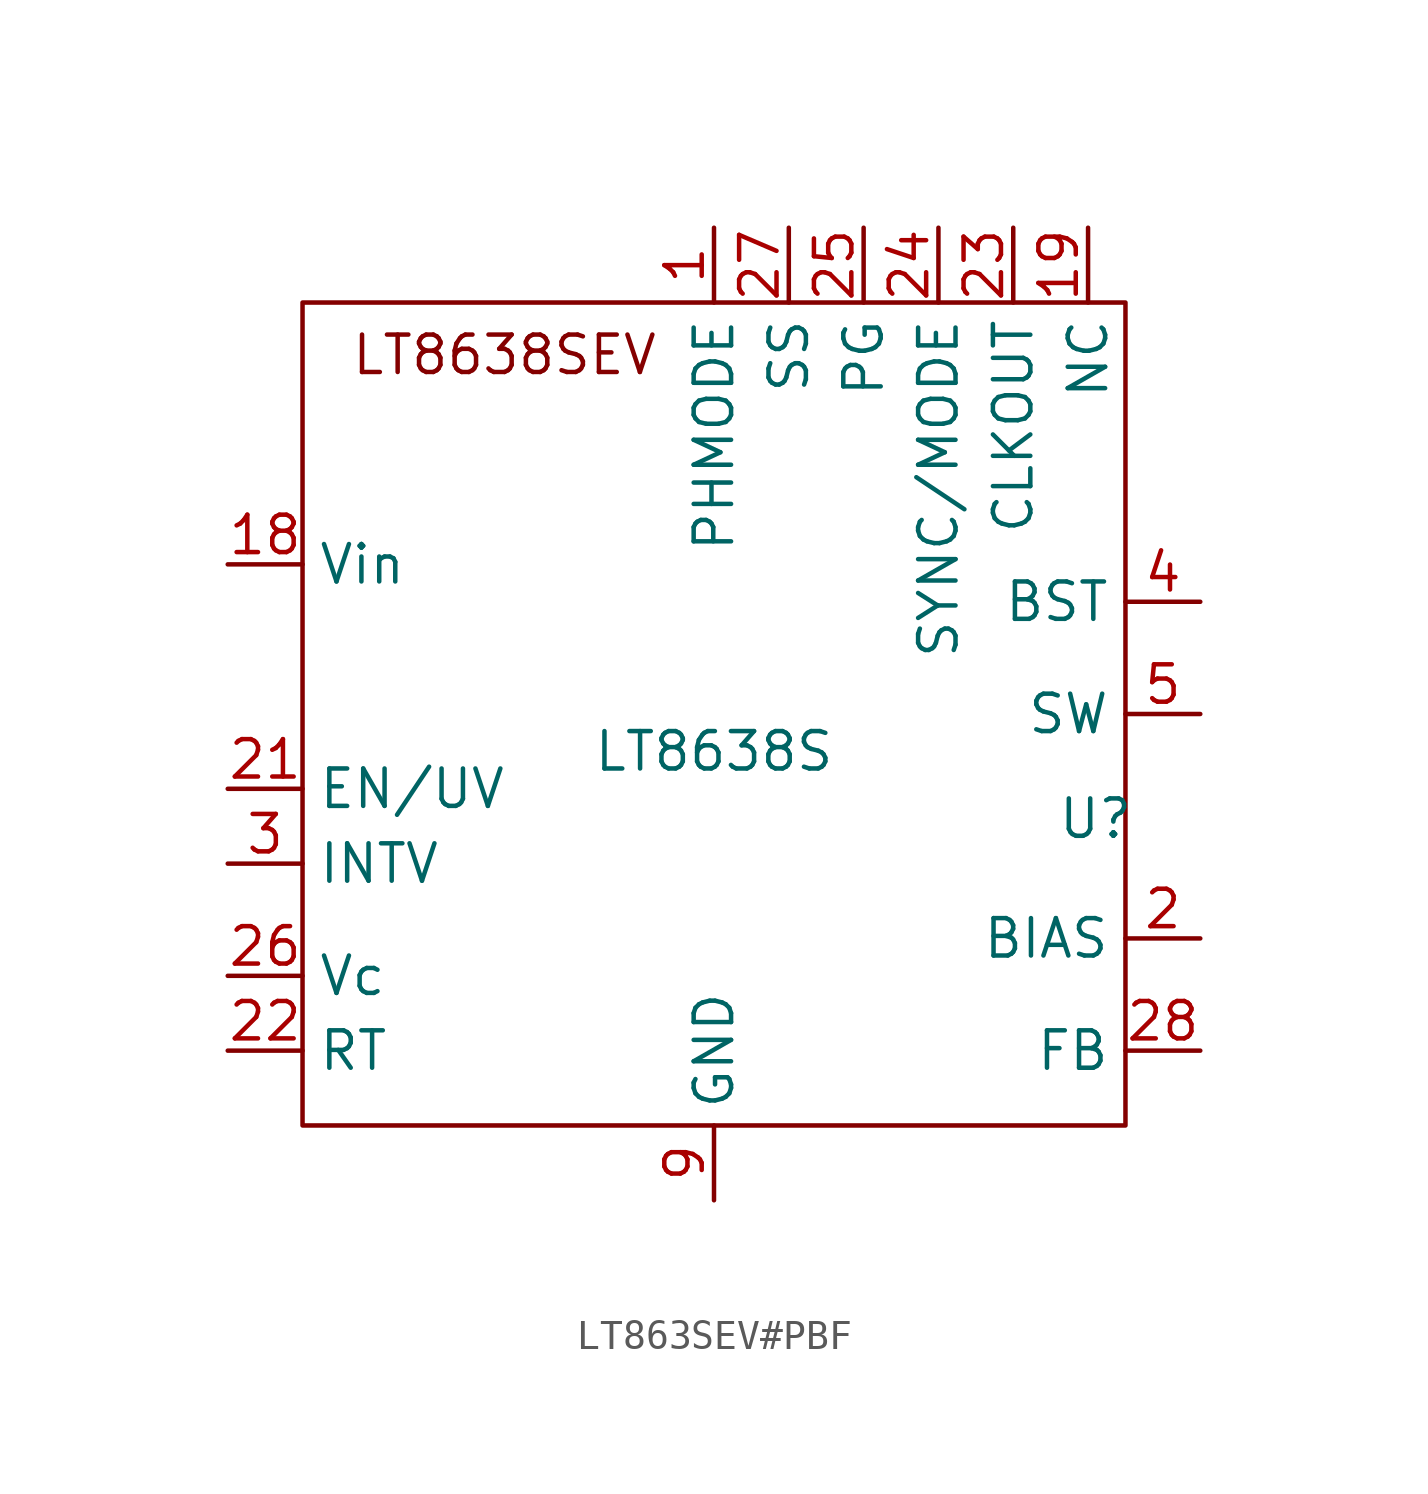
<source format=kicad_sym>
(kicad_symbol_lib
  (version 20241209)
  (generator "kicad_symbol_editor")
  (generator_version "9.0")
  (symbol "LT863SEV#PBF"
    (property "Reference" "U"
      (at 12.954 -2.286 0)
      (effects (font (size 1.27 1.27))))
    (property "Value" "LT8638S"
      (at 0 0 0)
      (effects (font (size 1.27 1.27))))
    (symbol "LT863SEV#PBF_0_1"
      (rectangle (start -13.97 15.24) (end 13.97 -12.7) (stroke (width 0) (type default)) (fill (type none))))
    (symbol "LT863SEV#PBF_1_1"
      (text "LT8638SEV\n" (at -7.112 13.462 0) (effects (font (size 1.27 1.27))))
      (pin power_in line (at -16.51 6.35 0) (length 2.54) (name "Vin" (effects (font (size 1.27 1.27)))) (number "18" (effects (font (size 1.27 1.27)))))
      (pin input line (at -16.51 -1.27 0) (length 2.54) (name "EN/UV" (effects (font (size 1.27 1.27)))) (number "21" (effects (font (size 1.27 1.27)))))
      (pin input line (at -16.51 -3.81 0) (length 2.54) (name "INTV" (effects (font (size 1.27 1.27)))) (number "3" (effects (font (size 1.27 1.27)))))
      (pin input line (at -16.51 -7.62 0) (length 2.54) (name "Vc" (effects (font (size 1.27 1.27)))) (number "26" (effects (font (size 1.27 1.27)))))
      (pin passive line (at -16.51 -10.16 0) (length 2.54) (name "RT" (effects (font (size 1.27 1.27)))) (number "22" (effects (font (size 1.27 1.27)))))
      (pin passive line (at 0 17.78 270) (length 2.54) (name "PHMODE" (effects (font (size 1.27 1.27)))) (number "1" (effects (font (size 1.27 1.27)))))
      (pin power_in line (at 0 -15.24 90) (length 2.54) (name "GND" (effects (font (size 1.27 1.27)))) (number "9" (effects (font (size 1.27 1.27)))))
      (pin passive line (at 2.54 17.78 270) (length 2.54) (name "SS" (effects (font (size 1.27 1.27)))) (number "27" (effects (font (size 1.27 1.27)))))
      (pin passive line (at 5.08 17.78 270) (length 2.54) (name "PG" (effects (font (size 1.27 1.27)))) (number "25" (effects (font (size 1.27 1.27)))))
      (pin passive line (at 7.62 17.78 270) (length 2.54) (name "SYNC/MODE" (effects (font (size 1.27 1.27)))) (number "24" (effects (font (size 1.27 1.27)))))
      (pin passive line (at 10.16 17.78 270) (length 2.54) (name "CLKOUT" (effects (font (size 1.27 1.27)))) (number "23" (effects (font (size 1.27 1.27)))))
      (pin passive line (at 12.7 17.78 270) (length 2.54) (name "NC" (effects (font (size 1.27 1.27)))) (number "19" (effects (font (size 1.27 1.27)))))
      (pin power_out line (at 16.51 5.08 180) (length 2.54) (name "BST" (effects (font (size 1.27 1.27)))) (number "4" (effects (font (size 1.27 1.27)))))
      (pin power_out line (at 16.51 1.27 180) (length 2.54) (name "SW" (effects (font (size 1.27 1.27)))) (number "5" (effects (font (size 1.27 1.27)))))
      (pin power_out line (at 16.51 -6.35 180) (length 2.54) (name "BIAS" (effects (font (size 1.27 1.27)))) (number "2" (effects (font (size 1.27 1.27)))))
      (pin power_out line (at 16.51 -10.16 180) (length 2.54) (name "FB" (effects (font (size 1.27 1.27)))) (number "28" (effects (font (size 1.27 1.27))))))))
</source>
